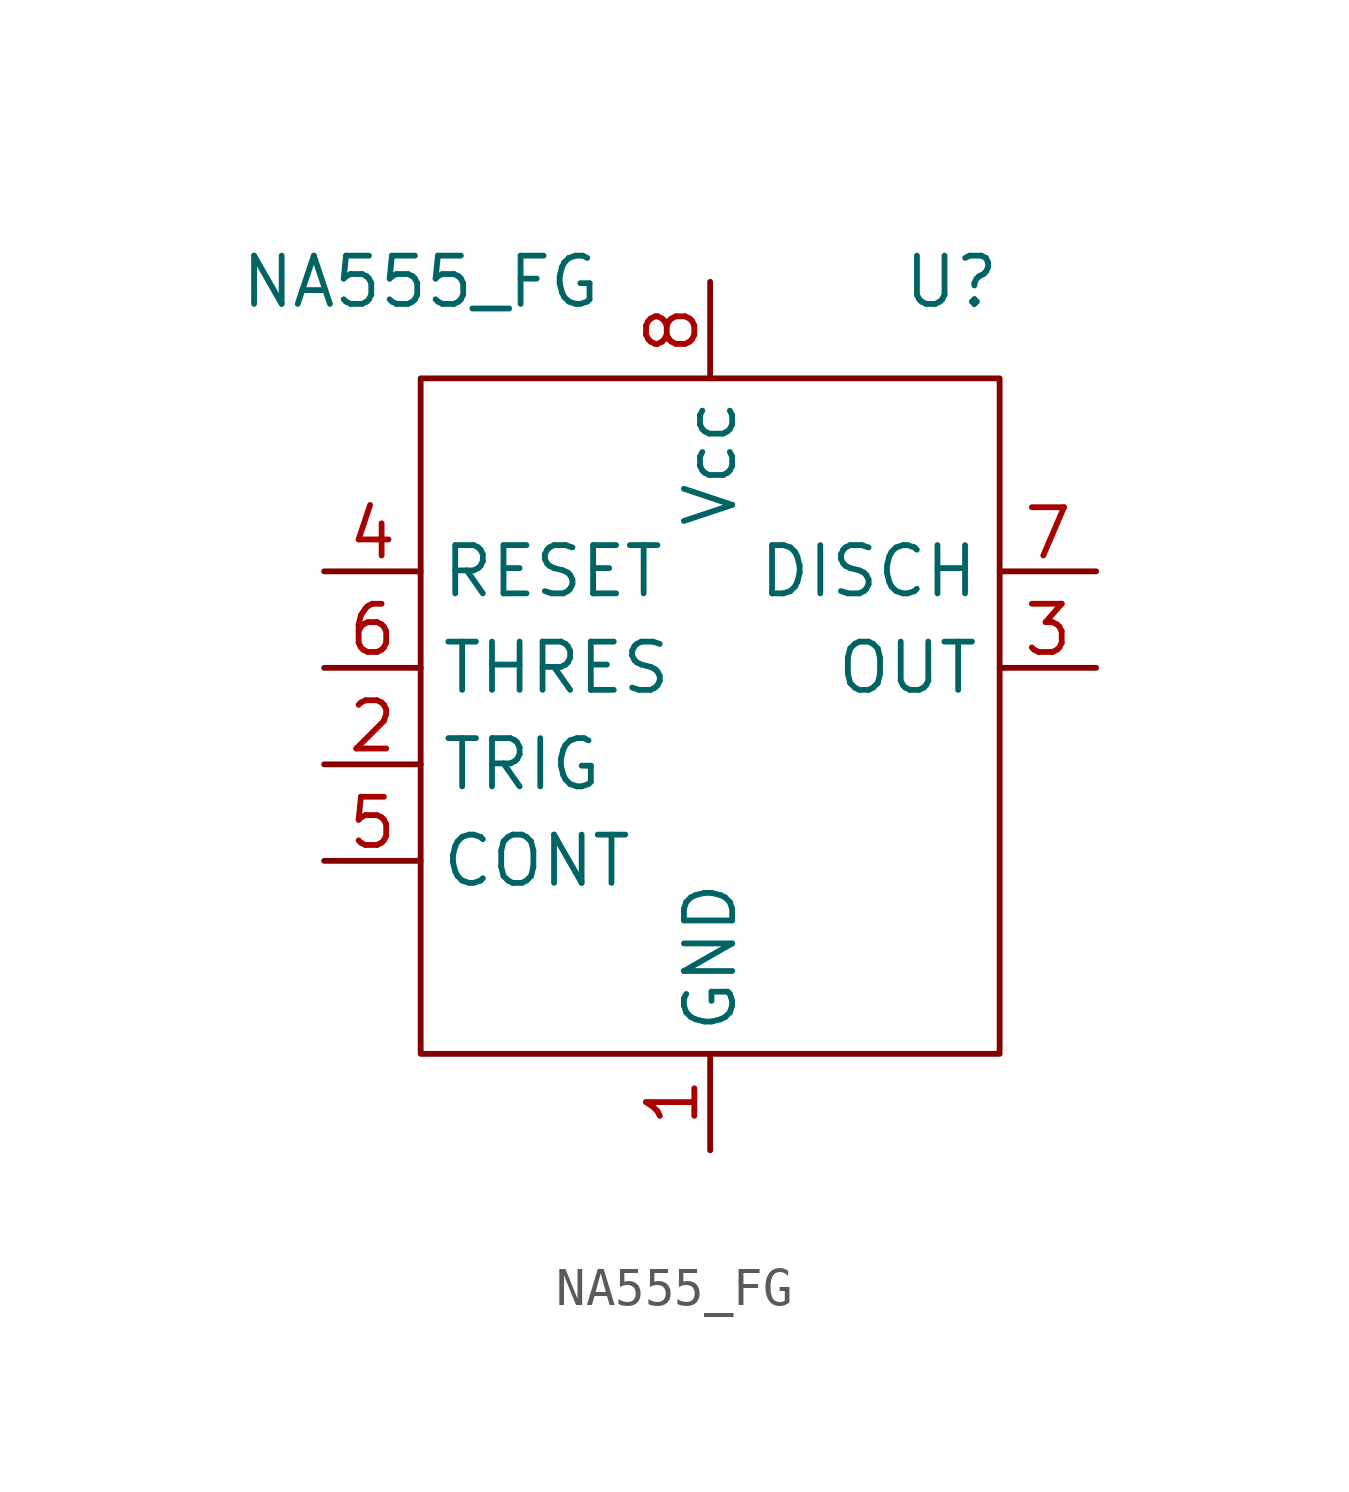
<source format=kicad_sym>
(kicad_symbol_lib
  (version 20220914)
  (generator kicad_symbol_editor)
  (symbol "NA555_FG"
    (property "Reference" "U"
      (at 6.35 1.27 0)
      (effects (font (size 1.27 1.27))))
    (property "Value" "NA555_FG"
      (at -7.62 1.27 0)
      (effects (font (size 1.27 1.27))))
    (symbol "NA555_FG_0_1"
      (rectangle (start -7.62 -1.27) (end 7.62 -19.05) (stroke (width 0) (type default)) (fill (type none))))
    (symbol "NA555_FG_1_1"
      (pin power_in line (at 0 -21.59 90) (length 2.54) (name "GND" (effects (font (size 1.27 1.27)))) (number "1" (effects (font (size 1.27 1.27)))))
      (pin input line (at -10.16 -11.43 0) (length 2.54) (name "TRIG" (effects (font (size 1.27 1.27)))) (number "2" (effects (font (size 1.27 1.27)))))
      (pin output line (at 10.16 -8.89 180) (length 2.54) (name "OUT" (effects (font (size 1.27 1.27)))) (number "3" (effects (font (size 1.27 1.27)))))
      (pin input line (at -10.16 -6.35 0) (length 2.54) (name "RESET" (effects (font (size 1.27 1.27)))) (number "4" (effects (font (size 1.27 1.27)))))
      (pin bidirectional line (at -10.16 -13.97 0) (length 2.54) (name "CONT" (effects (font (size 1.27 1.27)))) (number "5" (effects (font (size 1.27 1.27)))))
      (pin input line (at -10.16 -8.89 0) (length 2.54) (name "THRES" (effects (font (size 1.27 1.27)))) (number "6" (effects (font (size 1.27 1.27)))))
      (pin output line (at 10.16 -6.35 180) (length 2.54) (name "DISCH" (effects (font (size 1.27 1.27)))) (number "7" (effects (font (size 1.27 1.27)))))
      (pin power_in line (at 0 1.27 270) (length 2.54) (name "Vcc" (effects (font (size 1.27 1.27)))) (number "8" (effects (font (size 1.27 1.27))))))))
</source>
